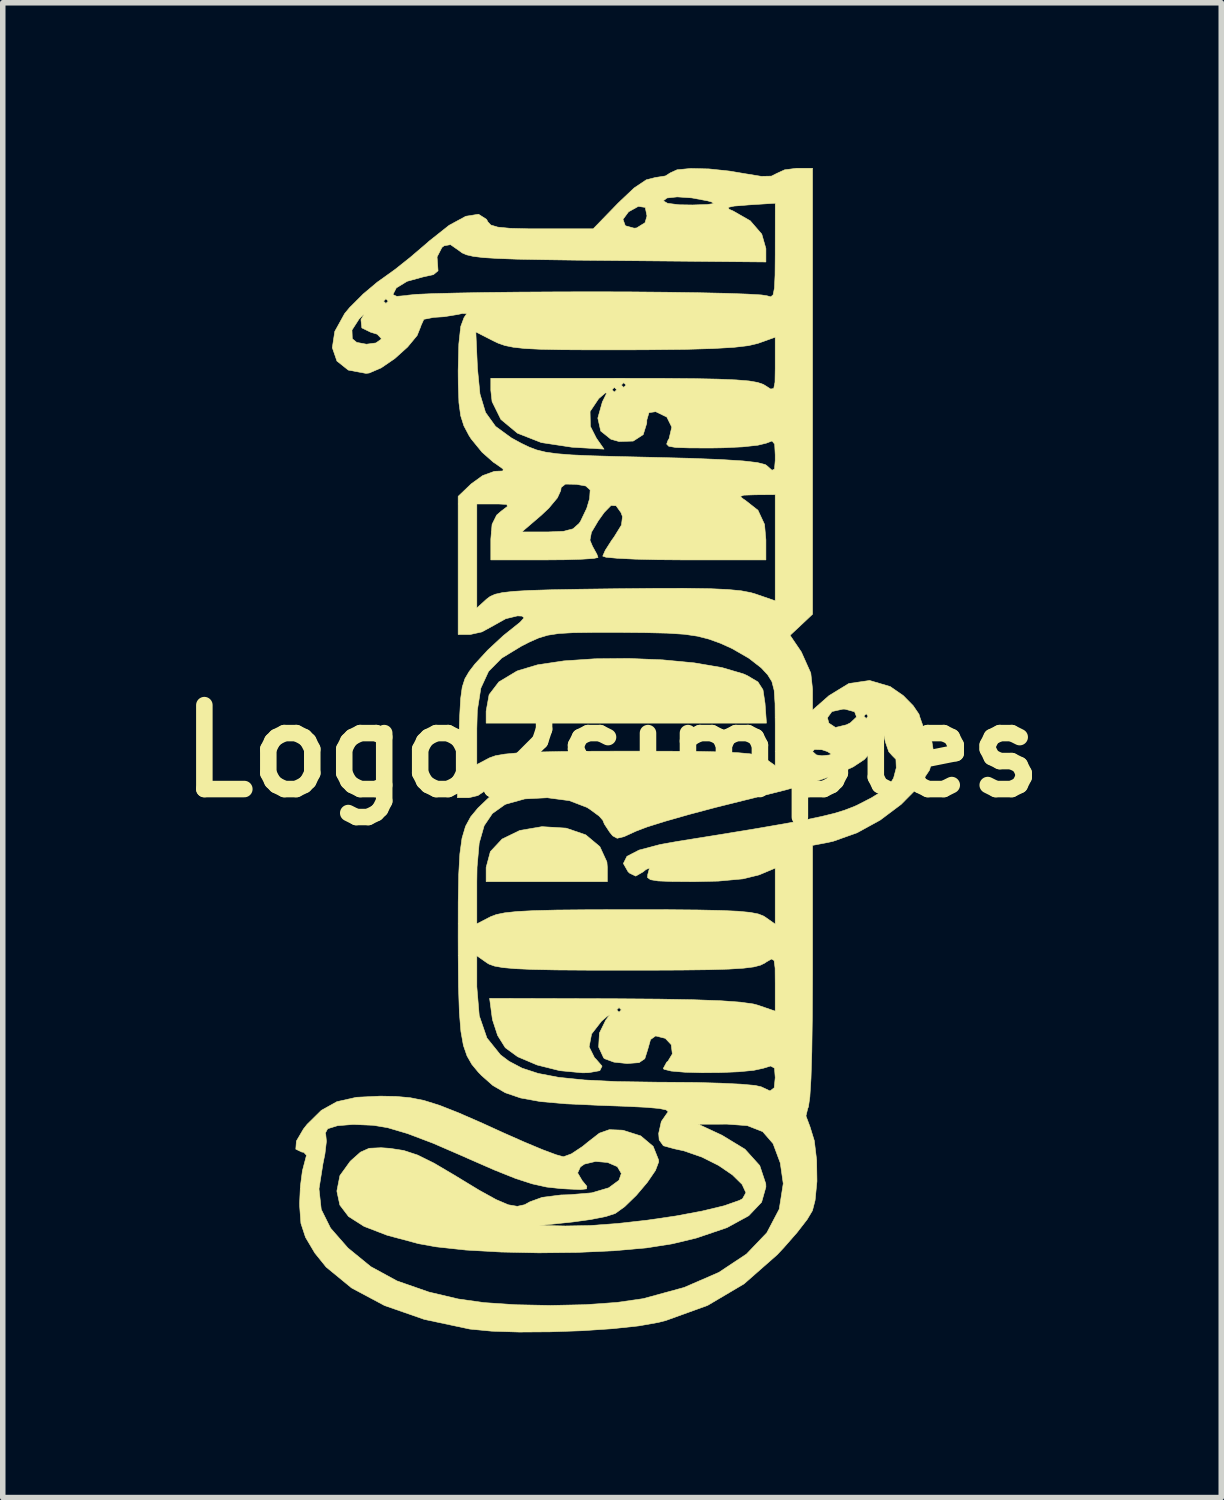
<source format=kicad_pcb>
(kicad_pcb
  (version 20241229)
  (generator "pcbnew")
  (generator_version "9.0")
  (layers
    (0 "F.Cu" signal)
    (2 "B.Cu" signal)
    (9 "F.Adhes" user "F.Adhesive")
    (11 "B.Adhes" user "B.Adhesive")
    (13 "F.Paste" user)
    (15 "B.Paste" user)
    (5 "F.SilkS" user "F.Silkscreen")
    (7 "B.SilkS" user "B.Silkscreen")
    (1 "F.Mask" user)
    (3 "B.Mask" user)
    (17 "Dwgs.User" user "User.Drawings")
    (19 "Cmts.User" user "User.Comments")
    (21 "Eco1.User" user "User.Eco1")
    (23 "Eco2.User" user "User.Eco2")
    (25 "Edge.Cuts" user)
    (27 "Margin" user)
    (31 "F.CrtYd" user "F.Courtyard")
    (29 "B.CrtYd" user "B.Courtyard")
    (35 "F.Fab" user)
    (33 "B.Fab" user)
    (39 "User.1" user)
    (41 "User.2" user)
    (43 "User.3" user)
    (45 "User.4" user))
  (footprint "Logo2simples"
    (layer "F.Cu")
    (at 8.063 10.588)
    (property "Reference" "Logo2simples" (at 0 0 0) (layer "F.SilkS") (effects (font (size 1.524 1.524) (thickness 0.3))))
    (attr through_hole)
    (fp_poly (pts (xy -0.833 1.399) (xy -0.477 1.521) (xy -0.221 1.735) (xy -0.093 2.013) (xy -0.085 2.113) (xy -0.085 2.371) (xy -2.286 2.371) (xy -2.286 2.113) (xy -2.209 1.825) (xy -1.996 1.597) (xy -1.675 1.441) (xy -1.272 1.372) (xy -0.833 1.399)) (stroke (width 0.01) (type solid)) (fill yes) (layer "F.SilkS"))
    (fp_poly (pts (xy 0.915 -1.657) (xy 1.494 -1.602) (xy 1.998 -1.516) (xy 2.385 -1.402) (xy 2.455 -1.371) (xy 2.649 -1.256) (xy 2.741 -1.113) (xy 2.777 -0.874) (xy 2.778 -0.868) (xy 2.804 -0.508) (xy -2.286 -0.508) (xy -2.286 -0.725) (xy -2.232 -1.024) (xy -2.055 -1.256) (xy -1.732 -1.45) (xy -1.708 -1.46) (xy -1.354 -1.566) (xy -0.874 -1.638) (xy -0.31 -1.676) (xy 0.3 -1.682) (xy 0.915 -1.657)) (stroke (width 0.01) (type solid)) (fill yes) (layer "F.SilkS"))
    (fp_poly (pts (xy 3.641 -2.485) (xy 3.437 -2.293) (xy 3.233 -2.102) (xy 3.437 -1.801) (xy 3.609 -1.417) (xy 3.641 -1.122) (xy 3.641 -0.744) (xy 3.94 -1.007) (xy 4.3 -1.227) (xy 4.677 -1.282) (xy 5.051 -1.172) (xy 5.289 -1.007) (xy 5.467 -0.826) (xy 5.574 -0.669) (xy 5.588 -0.62) (xy 5.644 -0.461) (xy 5.715 -0.369) (xy 5.803 -0.2) (xy 5.842 0.037) (xy 5.842 0.052) (xy 5.766 0.343) (xy 5.558 0.656) (xy 5.249 0.968) (xy 4.869 1.253) (xy 4.448 1.484) (xy 4.017 1.637) (xy 3.916 1.66) (xy 3.641 1.712) (xy 3.641 4.056) (xy 3.637 4.821) (xy 3.628 5.452) (xy 3.613 5.941) (xy 3.592 6.28) (xy 3.566 6.461) (xy 3.554 6.488) (xy 3.521 6.625) (xy 3.595 6.822) (xy 3.673 7.075) (xy 3.715 7.427) (xy 3.721 7.811) (xy 3.687 8.158) (xy 3.639 8.344) (xy 3.543 8.505) (xy 3.358 8.744) (xy 3.117 9.019) (xy 2.999 9.145) (xy 2.397 9.674) (xy 1.736 10.065) (xy 0.975 10.34) (xy 0.842 10.374) (xy 0.487 10.437) (xy 0.01 10.488) (xy -0.542 10.525) (xy -1.123 10.545) (xy -1.687 10.549) (xy -2.185 10.533) (xy -2.572 10.496) (xy -2.582 10.495) (xy -3.409 10.319) (xy -4.13 10.068) (xy -4.729 9.748) (xy -5.191 9.369) (xy -5.397 9.113) (xy -5.566 8.828) (xy -5.649 8.575) (xy -5.672 8.262) (xy -5.673 8.209) (xy -5.661 7.949) (xy -5.321 7.949) (xy -5.28 8.322) (xy -5.111 8.662) (xy -4.801 9.016) (xy -4.79 9.027) (xy -4.381 9.361) (xy -3.904 9.621) (xy -3.324 9.823) (xy -2.794 9.948) (xy -2.328 10.014) (xy -1.751 10.053) (xy -1.119 10.066) (xy -0.487 10.052) (xy 0.09 10.011) (xy 0.556 9.944) (xy 0.564 9.943) (xy 1.31 9.739) (xy 1.939 9.466) (xy 2.442 9.132) (xy 2.811 8.746) (xy 3.036 8.317) (xy 3.109 7.853) (xy 3.055 7.478) (xy 2.924 7.127) (xy 2.736 6.91) (xy 2.457 6.801) (xy 2.092 6.774) (xy 1.566 6.775) (xy 1.996 6.975) (xy 2.414 7.229) (xy 2.682 7.526) (xy 2.792 7.857) (xy 2.794 7.915) (xy 2.716 8.191) (xy 2.482 8.437) (xy 2.087 8.653) (xy 1.53 8.842) (xy 1.093 8.947) (xy 0.622 9.021) (xy 0.033 9.073) (xy -0.632 9.103) (xy -1.33 9.111) (xy -2.018 9.096) (xy -2.655 9.06) (xy -3.198 9.001) (xy -3.514 8.944) (xy -4.085 8.791) (xy -4.503 8.63) (xy -4.784 8.451) (xy -4.942 8.243) (xy -4.995 7.997) (xy -4.995 7.981) (xy -4.941 7.708) (xy -4.757 7.453) (xy -4.738 7.434) (xy -4.567 7.282) (xy -4.41 7.212) (xy -4.194 7.202) (xy -4.035 7.213) (xy -3.783 7.252) (xy -3.53 7.335) (xy -3.231 7.483) (xy -2.841 7.713) (xy -2.832 7.719) (xy -2.412 7.974) (xy -2.104 8.144) (xy -1.883 8.238) (xy -1.72 8.266) (xy -1.587 8.237) (xy -1.491 8.184) (xy -1.268 8.103) (xy -0.928 8.06) (xy -0.767 8.055) (xy -0.367 8.021) (xy -0.06 7.93) (xy 0.126 7.793) (xy 0.169 7.669) (xy 0.097 7.546) (xy -0.079 7.47) (xy -0.299 7.451) (xy -0.5 7.499) (xy -0.575 7.551) (xy -0.624 7.66) (xy -0.541 7.801) (xy -0.528 7.816) (xy -0.457 7.903) (xy -0.463 7.949) (xy -0.572 7.962) (xy -0.812 7.951) (xy -0.931 7.944) (xy -1.188 7.916) (xy -1.449 7.858) (xy -1.752 7.76) (xy -2.132 7.608) (xy -2.624 7.393) (xy -2.667 7.373) (xy -3.251 7.12) (xy -3.713 6.945) (xy -4.075 6.838) (xy -4.332 6.795) (xy -4.698 6.779) (xy -4.984 6.802) (xy -5.163 6.857) (xy -5.207 6.939) (xy -5.199 6.955) (xy -5.186 7.084) (xy -5.213 7.315) (xy -5.249 7.493) (xy -5.321 7.949) (xy -5.661 7.949) (xy -5.658 7.896) (xy -5.622 7.621) (xy -5.59 7.499) (xy -5.548 7.339) (xy -5.599 7.284) (xy -5.632 7.281) (xy -5.742 7.228) (xy -5.731 7.081) (xy -5.603 6.862) (xy -5.536 6.777) (xy -5.279 6.524) (xy -4.996 6.366) (xy -4.64 6.286) (xy -4.206 6.265) (xy -3.917 6.271) (xy -3.664 6.294) (xy -3.414 6.344) (xy -3.133 6.432) (xy -2.79 6.567) (xy -2.35 6.759) (xy -1.971 6.932) (xy -1.593 7.099) (xy -1.263 7.237) (xy -1.014 7.33) (xy -0.883 7.366) (xy -0.881 7.366) (xy -0.737 7.313) (xy -0.535 7.179) (xy -0.442 7.103) (xy -0.23 6.938) (xy -0.049 6.874) (xy 0.182 6.883) (xy 0.203 6.886) (xy 0.521 6.987) (xy 0.747 7.177) (xy 0.845 7.423) (xy 0.847 7.46) (xy 0.789 7.614) (xy 0.641 7.831) (xy 0.442 8.066) (xy 0.23 8.272) (xy 0.058 8.396) (xy -0.109 8.45) (xy -0.385 8.505) (xy -0.71 8.55) (xy -0.711 8.55) (xy -1.312 8.613) (xy -0.847 8.623) (xy -0.405 8.615) (xy 0.102 8.578) (xy 0.637 8.518) (xy 1.162 8.441) (xy 1.641 8.351) (xy 2.036 8.256) (xy 2.312 8.159) (xy 2.369 8.129) (xy 2.431 8.018) (xy 2.361 7.867) (xy 2.187 7.696) (xy 1.935 7.524) (xy 1.632 7.372) (xy 1.306 7.259) (xy 1.127 7.22) (xy 0.932 7.166) (xy 0.856 7.06) (xy 0.847 6.942) (xy 0.895 6.726) (xy 0.987 6.593) (xy 1.02 6.549) (xy 0.983 6.515) (xy 0.856 6.489) (xy 0.618 6.468) (xy 0.25 6.45) (xy -0.219 6.433) (xy -0.829 6.405) (xy -1.299 6.364) (xy -1.659 6.299) (xy -1.938 6.204) (xy -2.165 6.071) (xy -2.369 5.891) (xy -2.429 5.829) (xy -2.545 5.689) (xy -2.633 5.535) (xy -2.699 5.344) (xy -2.744 5.09) (xy -2.772 4.75) (xy -2.787 4.301) (xy -2.788 4.279) (xy -2.455 4.279) (xy -2.411 4.805) (xy -2.272 5.209) (xy -2.026 5.515) (xy -1.871 5.632) (xy -1.634 5.757) (xy -1.341 5.853) (xy -0.97 5.924) (xy -0.499 5.972) (xy 0.093 6.001) (xy 0.828 6.012) (xy 1.01 6.013) (xy 1.519 6.017) (xy 1.973 6.03) (xy 2.342 6.048) (xy 2.598 6.071) (xy 2.709 6.096) (xy 2.869 6.171) (xy 2.945 6.113) (xy 2.963 5.929) (xy 2.95 5.757) (xy 2.88 5.718) (xy 2.746 5.759) (xy 2.571 5.797) (xy 2.299 5.823) (xy 1.972 5.837) (xy 1.631 5.84) (xy 1.318 5.831) (xy 1.075 5.81) (xy 0.944 5.778) (xy 0.931 5.762) (xy 0.993 5.648) (xy 1.016 5.63) (xy 1.095 5.499) (xy 1.075 5.331) (xy 0.967 5.216) (xy 0.967 5.216) (xy 0.791 5.172) (xy 0.699 5.238) (xy 0.648 5.419) (xy 0.595 5.586) (xy 0.491 5.657) (xy 0.277 5.673) (xy 0.273 5.673) (xy 0.035 5.648) (xy -0.134 5.586) (xy -0.152 5.571) (xy -0.243 5.374) (xy -0.229 5.12) (xy -0.113 4.883) (xy -0.106 4.875) (xy -0.042 4.789) (xy -0.091 4.818) (xy -0.191 4.904) (xy -0.371 5.136) (xy -0.416 5.371) (xy -0.318 5.568) (xy -0.296 5.588) (xy -0.181 5.72) (xy -0.222 5.803) (xy -0.422 5.839) (xy -0.535 5.842) (xy -0.948 5.803) (xy -1.36 5.7) (xy -1.713 5.55) (xy -1.938 5.386) (xy -2.077 5.164) (xy -2.169 4.883) (xy -2.177 4.836) (xy -2.195 4.699) (xy 0.085 4.699) (xy 0.127 4.741) (xy 0.169 4.699) (xy 0.127 4.657) (xy 0.085 4.699) (xy -2.195 4.699) (xy -2.223 4.49) (xy 0.053 4.497) (xy 0.846 4.503) (xy 1.483 4.515) (xy 1.974 4.533) (xy 2.331 4.559) (xy 2.567 4.592) (xy 2.646 4.613) (xy 2.963 4.722) (xy 2.963 4.219) (xy 2.961 3.941) (xy 2.943 3.803) (xy 2.896 3.775) (xy 2.803 3.828) (xy 2.775 3.848) (xy 2.696 3.887) (xy 2.573 3.919) (xy 2.388 3.942) (xy 2.119 3.959) (xy 1.75 3.97) (xy 1.259 3.976) (xy 0.628 3.979) (xy 0.254 3.979) (xy -0.454 3.978) (xy -1.013 3.974) (xy -1.441 3.965) (xy -1.757 3.951) (xy -1.982 3.931) (xy -2.133 3.904) (xy -2.232 3.869) (xy -2.267 3.848) (xy -2.455 3.716) (xy -2.455 4.279) (xy -2.788 4.279) (xy -2.793 3.718) (xy -2.794 3.377) (xy -2.793 2.738) (xy -2.786 2.369) (xy -2.455 2.369) (xy -2.455 3.137) (xy -2.206 3.008) (xy -2.101 2.968) (xy -1.949 2.937) (xy -1.728 2.913) (xy -1.419 2.897) (xy -1.003 2.886) (xy -0.459 2.881) (xy 0.232 2.879) (xy 0.316 2.879) (xy 1.014 2.88) (xy 1.563 2.885) (xy 1.982 2.894) (xy 2.29 2.908) (xy 2.508 2.929) (xy 2.654 2.957) (xy 2.749 2.994) (xy 2.775 3.01) (xy 2.963 3.142) (xy 2.963 2.125) (xy 2.67 2.248) (xy 2.378 2.32) (xy 1.929 2.361) (xy 1.487 2.371) (xy 1.091 2.368) (xy 0.837 2.358) (xy 0.698 2.335) (xy 0.644 2.295) (xy 0.65 2.232) (xy 0.654 2.223) (xy 0.68 2.124) (xy 0.617 2.15) (xy 0.562 2.194) (xy 0.43 2.27) (xy 0.32 2.217) (xy 0.291 2.19) (xy 0.206 2.041) (xy 0.271 1.911) (xy 0.492 1.797) (xy 0.875 1.696) (xy 1.188 1.64) (xy 1.968 1.515) (xy 2.6 1.411) (xy 3.103 1.324) (xy 3.497 1.252) (xy 3.802 1.188) (xy 4.036 1.131) (xy 4.219 1.075) (xy 4.37 1.017) (xy 4.441 0.987) (xy 4.71 0.849) (xy 4.933 0.711) (xy 5.018 0.643) (xy 5.112 0.491) (xy 5.161 0.305) (xy 5.155 0.149) (xy 5.091 0.085) (xy 5.025 0.011) (xy 4.963 -0.168) (xy 4.958 -0.191) (xy 4.899 -0.466) (xy 4.799 -0.172) (xy 4.717 -0.000339) (xy 4.584 0.15) (xy 4.38 0.286) (xy 4.088 0.419) (xy 3.688 0.554) (xy 3.161 0.703) (xy 2.488 0.872) (xy 2.413 0.89) (xy 1.887 1.021) (xy 1.394 1.152) (xy 0.966 1.274) (xy 0.637 1.377) (xy 0.44 1.452) (xy 0.217 1.554) (xy 0.093 1.583) (xy 0.012 1.539) (xy -0.044 1.47) (xy -0.139 1.325) (xy -0.167 1.256) (xy -0.234 1.18) (xy -0.397 1.06) (xy -0.454 1.023) (xy -0.775 0.9) (xy -1.176 0.847) (xy -1.584 0.868) (xy -1.926 0.963) (xy -1.95 0.975) (xy -2.172 1.133) (xy -2.322 1.355) (xy -2.412 1.67) (xy -2.451 2.109) (xy -2.455 2.369) (xy -2.786 2.369) (xy -2.784 2.242) (xy -2.763 1.866) (xy -2.724 1.582) (xy -2.66 1.366) (xy -2.566 1.193) (xy -2.436 1.036) (xy -2.264 0.871) (xy -2.207 0.819) (xy -2.039 0.651) (xy -1.961 0.538) (xy -1.976 0.508) (xy -2.115 0.566) (xy -2.244 0.677) (xy -2.435 0.807) (xy -2.602 0.847) (xy -2.808 0.847) (xy -2.78 -0.204) (xy -2.774 -0.409) (xy -2.455 -0.409) (xy -2.455 0.244) (xy -2.223 0.122) (xy -2.116 0.084) (xy -1.949 0.055) (xy -1.703 0.032) (xy -1.358 0.017) (xy -0.895 0.007) (xy -0.298 0.002) (xy 0.299 0.001) (xy 1 0.002) (xy 1.551 0.006) (xy 1.973 0.015) (xy 2.283 0.029) (xy 2.503 0.049) (xy 2.65 0.077) (xy 2.746 0.114) (xy 2.775 0.132) (xy 2.963 0.264) (xy 2.963 0.008) (xy 3.641 0.008) (xy 3.712 0.07) (xy 3.81 0.085) (xy 3.948 0.071) (xy 3.979 0.052) (xy 3.91 0.008) (xy 3.81 -0.025) (xy 3.675 -0.029) (xy 3.641 0.008) (xy 2.963 0.008) (xy 2.963 -0.497) (xy 2.962 -0.606) (xy 3.911 -0.606) (xy 3.937 -0.508) (xy 4.057 -0.429) (xy 4.256 -0.477) (xy 4.326 -0.512) (xy 4.441 -0.62) (xy 4.435 -0.635) (xy 4.572 -0.635) (xy 4.614 -0.593) (xy 4.657 -0.635) (xy 4.614 -0.677) (xy 4.572 -0.635) (xy 4.435 -0.635) (xy 4.404 -0.714) (xy 4.233 -0.761) (xy 4.191 -0.762) (xy 3.993 -0.718) (xy 3.911 -0.606) (xy 2.962 -0.606) (xy 2.96 -0.862) (xy 2.944 -1.103) (xy 2.903 -1.262) (xy 2.826 -1.386) (xy 2.709 -1.512) (xy 2.485 -1.686) (xy 2.18 -1.862) (xy 1.968 -1.958) (xy 1.76 -2.033) (xy 1.554 -2.086) (xy 1.316 -2.121) (xy 1.01 -2.141) (xy 0.598 -2.151) (xy 0.164 -2.155) (xy -0.337 -2.155) (xy -0.703 -2.15) (xy -0.968 -2.135) (xy -1.167 -2.104) (xy -1.333 -2.054) (xy -1.502 -1.979) (xy -1.647 -1.905) (xy -2.004 -1.688) (xy -2.242 -1.447) (xy -2.382 -1.143) (xy -2.446 -0.738) (xy -2.455 -0.409) (xy -2.774 -0.409) (xy -2.766 -0.644) (xy -2.749 -0.951) (xy -2.72 -1.162) (xy -2.671 -1.314) (xy -2.595 -1.443) (xy -2.49 -1.58) (xy -2.255 -1.835) (xy -1.975 -2.095) (xy -1.869 -2.18) (xy -1.671 -2.338) (xy -1.597 -2.42) (xy -1.634 -2.451) (xy -1.718 -2.455) (xy -1.932 -2.403) (xy -2.14 -2.286) (xy -2.363 -2.164) (xy -2.575 -2.117) (xy -2.794 -2.117) (xy -2.794 -4.487) (xy -2.455 -4.487) (xy -2.455 -2.598) (xy -2.277 -2.76) (xy -2.211 -2.809) (xy -2.122 -2.848) (xy -1.988 -2.878) (xy -1.789 -2.9) (xy -1.503 -2.917) (xy -1.112 -2.929) (xy -0.592 -2.939) (xy 0.074 -2.948) (xy 0.783 -2.955) (xy 1.343 -2.956) (xy 1.776 -2.949) (xy 2.103 -2.934) (xy 2.344 -2.911) (xy 2.521 -2.877) (xy 2.606 -2.852) (xy 2.963 -2.729) (xy 2.963 -4.657) (xy 2.603 -4.654) (xy 2.392 -4.647) (xy 2.328 -4.622) (xy 2.393 -4.57) (xy 2.413 -4.559) (xy 2.65 -4.373) (xy 2.769 -4.117) (xy 2.794 -3.836) (xy 2.794 -3.471) (xy 1.312 -3.471) (xy 0.833 -3.475) (xy 0.418 -3.485) (xy 0.095 -3.501) (xy -0.109 -3.52) (xy -0.169 -3.54) (xy -0.123 -3.645) (xy -0.008 -3.825) (xy 0.039 -3.89) (xy 0.171 -4.104) (xy 0.19 -4.258) (xy 0.163 -4.33) (xy 0.074 -4.455) (xy -0.018 -4.46) (xy -0.142 -4.333) (xy -0.249 -4.183) (xy -0.374 -3.973) (xy -0.401 -3.83) (xy -0.355 -3.719) (xy -0.275 -3.574) (xy -0.254 -3.515) (xy -0.333 -3.498) (xy -0.548 -3.484) (xy -0.866 -3.474) (xy -1.228 -3.471) (xy -2.201 -3.471) (xy -2.201 -3.848) (xy -2.19 -3.979) (xy -1.639 -3.979) (xy -1.168 -3.979) (xy -0.88 -3.991) (xy -0.708 -4.036) (xy -0.599 -4.133) (xy -0.573 -4.17) (xy -0.459 -4.409) (xy -0.407 -4.585) (xy -0.397 -4.741) (xy -0.476 -4.813) (xy -0.648 -4.844) (xy -0.846 -4.848) (xy -0.924 -4.787) (xy -0.931 -4.731) (xy -0.992 -4.598) (xy -1.148 -4.411) (xy -1.285 -4.282) (xy -1.639 -3.979) (xy -2.19 -3.979) (xy -2.178 -4.118) (xy -2.095 -4.285) (xy -2.013 -4.356) (xy -1.9 -4.442) (xy -1.91 -4.479) (xy -2.064 -4.487) (xy -2.14 -4.487) (xy -2.455 -4.487) (xy -2.794 -4.487) (xy -2.794 -4.625) (xy -2.557 -4.852) (xy -2.348 -5.003) (xy -2.141 -5.078) (xy -2.112 -5.081) (xy -1.982 -5.086) (xy -1.977 -5.121) (xy -2.105 -5.213) (xy -2.154 -5.245) (xy -2.36 -5.427) (xy -2.559 -5.671) (xy -2.598 -5.732) (xy -2.69 -5.906) (xy -2.748 -6.089) (xy -2.78 -6.326) (xy -2.792 -6.663) (xy -2.794 -6.905) (xy -2.782 -7.39) (xy -2.758 -7.611) (xy -2.473 -7.611) (xy -2.443 -6.944) (xy -2.398 -6.484) (xy -2.297 -6.149) (xy -2.115 -5.896) (xy -1.827 -5.686) (xy -1.647 -5.588) (xy -1.505 -5.52) (xy -1.368 -5.468) (xy -1.21 -5.429) (xy -1.006 -5.4) (xy -0.732 -5.378) (xy -0.361 -5.362) (xy 0.129 -5.348) (xy 0.737 -5.334) (xy 1.436 -5.316) (xy 1.978 -5.294) (xy 2.375 -5.269) (xy 2.638 -5.239) (xy 2.781 -5.203) (xy 2.807 -5.186) (xy 2.905 -5.099) (xy 2.95 -5.121) (xy 2.963 -5.276) (xy 2.963 -5.379) (xy 2.953 -5.573) (xy 2.906 -5.631) (xy 2.8 -5.591) (xy 2.648 -5.554) (xy 2.372 -5.524) (xy 2.018 -5.507) (xy 1.783 -5.503) (xy 1.398 -5.505) (xy 1.156 -5.513) (xy 1.03 -5.535) (xy 0.992 -5.575) (xy 1.016 -5.641) (xy 1.036 -5.673) (xy 1.085 -5.883) (xy 0.995 -6.065) (xy 0.793 -6.163) (xy 0.792 -6.163) (xy 0.671 -6.145) (xy 0.632 -6.013) (xy 0.631 -5.955) (xy 0.566 -5.746) (xy 0.385 -5.629) (xy 0.127 -5.621) (xy -0.021 -5.663) (xy -0.205 -5.811) (xy -0.258 -6.046) (xy -0.175 -6.342) (xy -0.157 -6.377) (xy -0.096 -6.502) (xy -0.122 -6.503) (xy -0.242 -6.4) (xy -0.399 -6.166) (xy -0.393 -5.896) (xy -0.284 -5.681) (xy -0.145 -5.483) (xy -0.729 -5.518) (xy -1.284 -5.602) (xy -1.717 -5.772) (xy -2.018 -6.022) (xy -2.178 -6.346) (xy -2.201 -6.552) (xy -2.201 -6.562) (xy 0 -6.562) (xy 0.042 -6.519) (xy 0.085 -6.562) (xy 0.042 -6.604) (xy 0 -6.562) (xy -2.201 -6.562) (xy -2.201 -6.646) (xy 0.169 -6.646) (xy 0.212 -6.604) (xy 0.254 -6.646) (xy 0.212 -6.689) (xy 0.169 -6.646) (xy -2.201 -6.646) (xy -2.201 -6.77) (xy 0.197 -6.769) (xy 0.918 -6.768) (xy 1.488 -6.763) (xy 1.927 -6.754) (xy 2.253 -6.74) (xy 2.486 -6.721) (xy 2.642 -6.694) (xy 2.743 -6.66) (xy 2.779 -6.639) (xy 2.881 -6.574) (xy 2.936 -6.584) (xy 2.959 -6.698) (xy 2.963 -6.945) (xy 2.963 -7.013) (xy 2.963 -7.515) (xy 2.646 -7.402) (xy 2.476 -7.362) (xy 2.209 -7.331) (xy 1.827 -7.309) (xy 1.315 -7.294) (xy 0.659 -7.287) (xy 0.251 -7.285) (xy -0.404 -7.285) (xy -0.913 -7.288) (xy -1.299 -7.296) (xy -1.584 -7.31) (xy -1.792 -7.333) (xy -1.945 -7.364) (xy -2.068 -7.407) (xy -2.15 -7.446) (xy -2.473 -7.611) (xy -2.758 -7.611) (xy -2.746 -7.713) (xy -2.688 -7.869) (xy -2.638 -7.944) (xy -2.718 -7.946) (xy -2.794 -7.929) (xy -3.051 -7.887) (xy -3.239 -7.875) (xy -3.417 -7.84) (xy -3.471 -7.721) (xy -3.471 -7.715) (xy -3.539 -7.546) (xy -3.712 -7.337) (xy -3.944 -7.128) (xy -4.192 -6.958) (xy -4.409 -6.865) (xy -4.467 -6.858) (xy -4.789 -6.918) (xy -4.995 -7.082) (xy -5.079 -7.325) (xy -5.034 -7.62) (xy -5.02 -7.645) (xy -4.722 -7.645) (xy -4.716 -7.487) (xy -4.636 -7.421) (xy -4.459 -7.388) (xy -4.287 -7.411) (xy -4.194 -7.477) (xy -4.191 -7.493) (xy -4.263 -7.569) (xy -4.381 -7.605) (xy -4.543 -7.684) (xy -4.559 -7.834) (xy -4.508 -7.922) (xy -4.508 -7.933) (xy -4.593 -7.845) (xy -4.722 -7.645) (xy -5.02 -7.645) (xy -4.855 -7.944) (xy -4.763 -8.055) (xy -4.647 -8.17) (xy -4.149 -8.17) (xy -4.106 -8.128) (xy -4.064 -8.17) (xy -4.106 -8.213) (xy -4.149 -8.17) (xy -4.647 -8.17) (xy -4.528 -8.289) (xy -3.979 -8.289) (xy -3.908 -8.257) (xy -3.733 -8.272) (xy -3.704 -8.278) (xy -3.557 -8.293) (xy -3.262 -8.306) (xy -2.84 -8.317) (xy -2.313 -8.327) (xy -1.701 -8.334) (xy -1.026 -8.338) (xy -0.381 -8.34) (xy 0.326 -8.338) (xy 0.983 -8.332) (xy 1.571 -8.323) (xy 2.068 -8.312) (xy 2.455 -8.298) (xy 2.711 -8.283) (xy 2.815 -8.267) (xy 2.882 -8.248) (xy 2.925 -8.285) (xy 2.949 -8.407) (xy 2.96 -8.641) (xy 2.963 -9.013) (xy 2.963 -9.071) (xy 2.964 -9.948) (xy 2.477 -9.917) (xy 2.216 -9.896) (xy 2.106 -9.872) (xy 2.127 -9.838) (xy 2.201 -9.806) (xy 2.51 -9.629) (xy 2.719 -9.387) (xy 2.794 -9.125) (xy 2.794 -8.881) (xy 0.093 -8.907) (xy -0.658 -8.914) (xy -1.258 -8.923) (xy -1.726 -8.932) (xy -2.08 -8.945) (xy -2.338 -8.961) (xy -2.519 -8.983) (xy -2.641 -9.011) (xy -2.722 -9.046) (xy -2.782 -9.091) (xy -2.784 -9.092) (xy -2.933 -9.196) (xy -3.049 -9.175) (xy -3.088 -9.146) (xy -3.177 -8.973) (xy -3.168 -8.85) (xy -3.159 -8.721) (xy -3.243 -8.651) (xy -3.43 -8.61) (xy -3.721 -8.53) (xy -3.917 -8.41) (xy -3.979 -8.289) (xy -4.528 -8.289) (xy -4.521 -8.297) (xy -4.263 -8.514) (xy -4.149 -8.595) (xy -3.943 -8.743) (xy -3.666 -8.963) (xy -3.373 -9.213) (xy -3.32 -9.26) (xy -2.958 -9.547) (xy -2.655 -9.711) (xy -2.424 -9.748) (xy -2.278 -9.655) (xy -2.255 -9.61) (xy -2.201 -9.552) (xy -2.074 -9.514) (xy -1.845 -9.492) (xy -1.487 -9.483) (xy -1.274 -9.483) (xy -0.342 -9.483) (xy -0.175 -9.655) (xy 0.199 -9.655) (xy 0.241 -9.539) (xy 0.401 -9.495) (xy 0.446 -9.499) (xy 0.599 -9.594) (xy 0.635 -9.716) (xy 0.603 -9.872) (xy 0.478 -9.891) (xy 0.3 -9.792) (xy 0.199 -9.655) (xy -0.175 -9.655) (xy 0.109 -9.948) (xy 0.154 -9.991) (xy 0.931 -9.991) (xy 1.009 -9.946) (xy 1.217 -9.92) (xy 1.46 -9.916) (xy 1.729 -9.925) (xy 1.843 -9.941) (xy 1.814 -9.968) (xy 1.736 -9.991) (xy 1.446 -10.045) (xy 1.184 -10.063) (xy 0.997 -10.043) (xy 0.931 -9.991) (xy 0.154 -9.991) (xy 0.4 -10.224) (xy 0.622 -10.373) (xy 0.783 -10.414) (xy 0.969 -10.443) (xy 1.058 -10.499) (xy 1.18 -10.555) (xy 1.427 -10.579) (xy 1.76 -10.571) (xy 2.138 -10.531) (xy 2.403 -10.486) (xy 2.71 -10.436) (xy 2.894 -10.44) (xy 2.985 -10.486) (xy 3.132 -10.554) (xy 3.354 -10.583) (xy 3.361 -10.583) (xy 3.641 -10.583) (xy 3.641 -2.485)) (stroke (width 0.01) (type solid)) (fill yes) (layer "F.SilkS")))
  (gr_rect
    (start -3 -3)
    (end 19.125 24.142)
    (stroke (width 0.1) (type default))
    (fill no)
    (layer "Edge.Cuts")))
</source>
